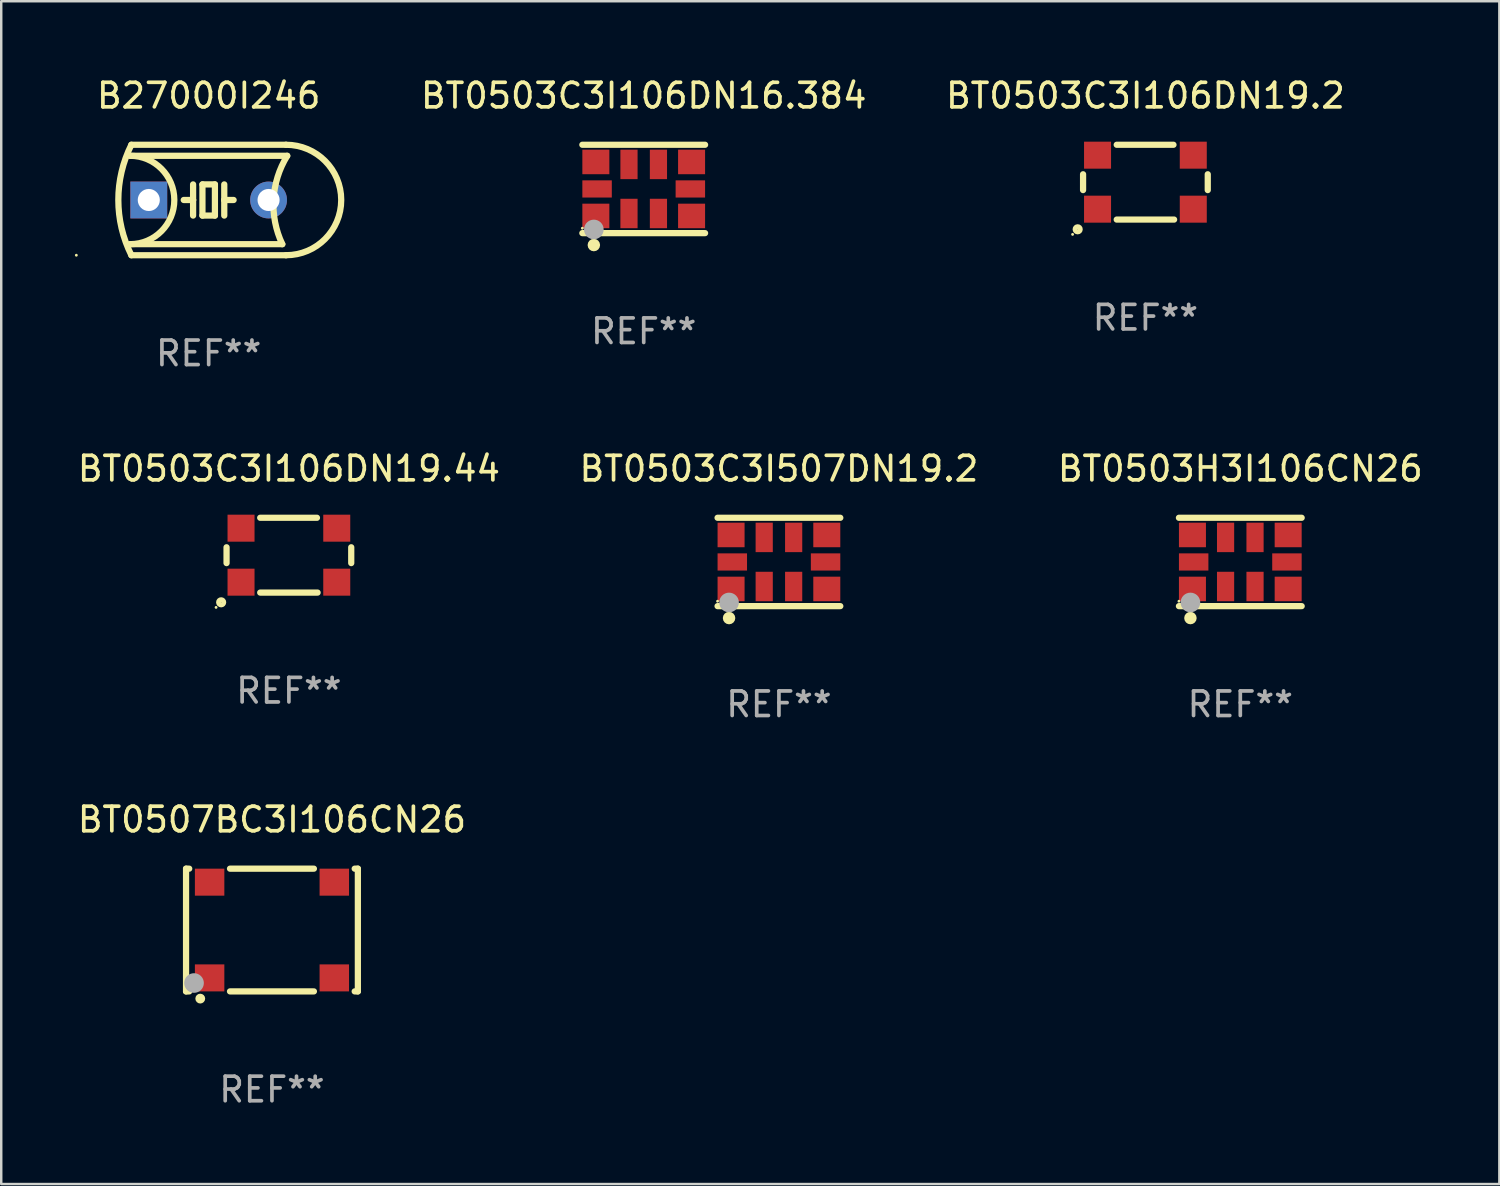
<source format=kicad_pcb>
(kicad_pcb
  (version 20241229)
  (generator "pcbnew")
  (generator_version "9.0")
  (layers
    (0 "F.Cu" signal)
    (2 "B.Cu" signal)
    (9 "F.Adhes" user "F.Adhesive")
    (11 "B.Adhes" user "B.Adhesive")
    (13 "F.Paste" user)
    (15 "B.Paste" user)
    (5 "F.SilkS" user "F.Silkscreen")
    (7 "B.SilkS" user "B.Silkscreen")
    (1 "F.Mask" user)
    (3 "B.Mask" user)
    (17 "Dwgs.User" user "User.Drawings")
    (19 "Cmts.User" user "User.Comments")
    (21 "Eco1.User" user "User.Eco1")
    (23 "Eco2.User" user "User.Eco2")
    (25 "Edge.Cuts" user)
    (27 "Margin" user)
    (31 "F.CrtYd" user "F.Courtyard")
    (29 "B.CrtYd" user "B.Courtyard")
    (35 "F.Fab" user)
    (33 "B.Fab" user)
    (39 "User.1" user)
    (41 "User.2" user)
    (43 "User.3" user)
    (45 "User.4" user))
  (footprint "BT0507BC3I106CN26"
    (layer "F.Cu")
    (at 8.03 34.841)
    (property "Reference" "BT0507BC3I106CN26" (at 0 -4.5 0) (layer "F.SilkS") (effects (font (size 1 1) (thickness 0.15))))
    (attr through_hole)
    (fp_line (start -3.5 -2.5) (end -3.5 2.5) (stroke (width 0.254) (type solid)) (layer "F.SilkS"))
    (fp_line (start -3.5 -2.5) (end -3.371 -2.5) (stroke (width 0.254) (type solid)) (layer "F.SilkS"))
    (fp_line (start -3.5 2.5) (end -3.371 2.5) (stroke (width 0.254) (type solid)) (layer "F.SilkS"))
    (fp_line (start -1.709 -2.5) (end 1.709 -2.5) (stroke (width 0.254) (type solid)) (layer "F.SilkS"))
    (fp_line (start -1.709 2.5) (end 1.709 2.5) (stroke (width 0.254) (type solid)) (layer "F.SilkS"))
    (fp_line (start 3.371 -2.5) (end 3.5 -2.5) (stroke (width 0.254) (type solid)) (layer "F.SilkS"))
    (fp_line (start 3.371 2.5) (end 3.5 2.5) (stroke (width 0.254) (type solid)) (layer "F.SilkS"))
    (fp_line (start 3.5 -2.5) (end 3.5 2.5) (stroke (width 0.254) (type solid)) (layer "F.SilkS"))
    (fp_circle (center -3.5 2.5) (end -3.47 2.5) (stroke (width 0.06) (type solid)) (fill no) (layer "F.SilkS"))
    (fp_circle (center -2.921 2.794) (end -2.821 2.794) (stroke (width 0.2) (type solid)) (fill no) (layer "F.SilkS"))
    (fp_circle (center -3.175 2.159) (end -2.975 2.159) (stroke (width 0.4) (type solid)) (fill no) (layer "F.Fab"))
    (fp_text user "REF**" (at 0 6.5 0) (layer "F.Fab") (effects (font (size 1 1) (thickness 0.15))))
    (pad "1" smd rect (at -2.54 1.95) (size 1.2 1.1) (layers "F.Cu" "F.Mask" "F.Paste"))
    (pad "2" smd rect (at 2.54 1.95) (size 1.2 1.1) (layers "F.Cu" "F.Mask" "F.Paste"))
    (pad "3" smd rect (at 2.54 -1.95) (size 1.2 1.1) (layers "F.Cu" "F.Mask" "F.Paste"))
    (pad "4" smd rect (at -2.54 -1.95) (size 1.2 1.1) (layers "F.Cu" "F.Mask" "F.Paste")))
  (footprint "B27000I246"
    (layer "F.Cu")
    (at 5.452 5.098)
    (property "Reference" "B27000I246" (at 0 -4.25 0) (layer "F.SilkS") (effects (font (size 1 1) (thickness 0.15))))
    (attr through_hole)
    (fp_line (start -3.2 -1.8) (end 3.2 -1.8) (stroke (width 0.254) (type solid)) (layer "F.SilkS"))
    (fp_line (start -3.15 2.25) (end 3.15 2.25) (stroke (width 0.254) (type solid)) (layer "F.SilkS"))
    (fp_line (start -0.635 -0.635) (end -0.635 0) (stroke (width 0.254) (type solid)) (layer "F.SilkS"))
    (fp_line (start -0.635 0) (end -1.016 0) (stroke (width 0.254) (type solid)) (layer "F.SilkS"))
    (fp_line (start -0.635 0) (end -0.635 0.635) (stroke (width 0.254) (type solid)) (layer "F.SilkS"))
    (fp_line (start -0.254 -0.635) (end -0.254 0.635) (stroke (width 0.254) (type solid)) (layer "F.SilkS"))
    (fp_line (start -0.254 0.635) (end 0.254 0.635) (stroke (width 0.254) (type solid)) (layer "F.SilkS"))
    (fp_line (start 0.254 -0.635) (end -0.254 -0.635) (stroke (width 0.254) (type solid)) (layer "F.SilkS"))
    (fp_line (start 0.254 0.635) (end 0.254 -0.635) (stroke (width 0.254) (type solid)) (layer "F.SilkS"))
    (fp_line (start 0.635 -0.635) (end 0.635 0) (stroke (width 0.254) (type solid)) (layer "F.SilkS"))
    (fp_line (start 0.635 0) (end 0.635 0.635) (stroke (width 0.254) (type solid)) (layer "F.SilkS"))
    (fp_line (start 0.635 0) (end 1.016 0) (stroke (width 0.254) (type solid)) (layer "F.SilkS"))
    (fp_line (start 3 1.8) (end -3.2 1.8) (stroke (width 0.254) (type solid)) (layer "F.SilkS"))
    (fp_line (start 3.15 -2.25) (end -3.15 -2.25) (stroke (width 0.254) (type solid)) (layer "F.SilkS"))
    (fp_arc (start -3.200406 -1.800864) (mid -1.399974 -0.000635) (end -3.2 1.8) (stroke (width 0.254001) (type solid)) (layer "F.SilkS"))
    (fp_arc (start -3.149606 2.250444) (mid -3.680941 0.000261) (end -3.149987 -2.250013) (stroke (width 0.254001) (type solid)) (layer "F.SilkS"))
    (fp_arc (start 2.999746 1.800863) (mid 2.642982 -0.024977) (end 3.2 -1.8) (stroke (width 0.254001) (type solid)) (layer "F.SilkS"))
    (fp_arc (start 3.149607 -2.250445) (mid 5.399848 -0.000406) (end 3.149987 2.250013) (stroke (width 0.254001) (type solid)) (layer "F.SilkS"))
    (fp_circle (center -5.392 2.25) (end -5.362 2.25) (stroke (width 0.06) (type solid)) (fill no) (layer "F.SilkS"))
    (fp_text user "REF**" (at 0 6.25 0) (layer "F.Fab") (effects (font (size 1 1) (thickness 0.15))))
    (pad "1" thru_hole rect (at -2.44 0) (size 1.5 1.5) (drill 0.9) (layers "*.Cu" "*.Mask"))
    (pad "2" thru_hole circle (at 2.44 0) (size 1.5 1.5) (drill 0.9) (layers "*.Cu" "*.Mask")))
  (footprint "BT0503C3I106DN19.2"
    (layer "F.Cu")
    (at 43.616 4.372)
    (property "Reference" "BT0503C3I106DN19.2" (at 0 -3.524 0) (layer "F.SilkS") (effects (font (size 1 1) (thickness 0.15))))
    (attr through_hole)
    (fp_line (start -2.54 -0.322) (end -2.54 0.322) (stroke (width 0.254) (type solid)) (layer "F.SilkS"))
    (fp_line (start -1.169 1.524) (end 1.169 1.524) (stroke (width 0.254) (type solid)) (layer "F.SilkS"))
    (fp_line (start 1.143 -1.524) (end -1.169 -1.524) (stroke (width 0.254) (type solid)) (layer "F.SilkS"))
    (fp_line (start 2.54 -0.322) (end 2.54 0.322) (stroke (width 0.254) (type solid)) (layer "F.SilkS"))
    (fp_circle (center -2.967 2.127) (end -2.937 2.127) (stroke (width 0.06) (type solid)) (fill no) (layer "F.SilkS"))
    (fp_circle (center -2.76 1.92) (end -2.653 1.92) (stroke (width 0.2) (type solid)) (fill no) (layer "F.SilkS"))
    (fp_text user "REF**" (at 0 5.524 0) (layer "F.Fab") (effects (font (size 1 1) (thickness 0.15))))
    (pad "1" smd rect (at -1.95 1.1) (size 1.1 1.1) (layers "F.Cu" "F.Mask" "F.Paste"))
    (pad "2" smd rect (at 1.95 1.1) (size 1.1 1.1) (layers "F.Cu" "F.Mask" "F.Paste"))
    (pad "3" smd rect (at 1.95 -1.1) (size 1.1 1.1) (layers "F.Cu" "F.Mask" "F.Paste"))
    (pad "4" smd rect (at -1.95 -1.1) (size 1.1 1.1) (layers "F.Cu" "F.Mask" "F.Paste")))
  (footprint "BT0503C3I106DN19.44"
    (layer "F.Cu")
    (at 8.72 19.569)
    (property "Reference" "BT0503C3I106DN19.44" (at 0 -3.524 0) (layer "F.SilkS") (effects (font (size 1 1) (thickness 0.15))))
    (attr through_hole)
    (fp_line (start -2.54 -0.322) (end -2.54 0.322) (stroke (width 0.254) (type solid)) (layer "F.SilkS"))
    (fp_line (start -1.169 1.524) (end 1.169 1.524) (stroke (width 0.254) (type solid)) (layer "F.SilkS"))
    (fp_line (start 1.143 -1.524) (end -1.169 -1.524) (stroke (width 0.254) (type solid)) (layer "F.SilkS"))
    (fp_line (start 2.54 -0.322) (end 2.54 0.322) (stroke (width 0.254) (type solid)) (layer "F.SilkS"))
    (fp_circle (center -2.967 2.127) (end -2.937 2.127) (stroke (width 0.06) (type solid)) (fill no) (layer "F.SilkS"))
    (fp_circle (center -2.76 1.92) (end -2.653 1.92) (stroke (width 0.2) (type solid)) (fill no) (layer "F.SilkS"))
    (fp_text user "REF**" (at 0 5.524 0) (layer "F.Fab") (effects (font (size 1 1) (thickness 0.15))))
    (pad "1" smd rect (at -1.95 1.1) (size 1.1 1.1) (layers "F.Cu" "F.Mask" "F.Paste"))
    (pad "2" smd rect (at 1.95 1.1) (size 1.1 1.1) (layers "F.Cu" "F.Mask" "F.Paste"))
    (pad "3" smd rect (at 1.95 -1.1) (size 1.1 1.1) (layers "F.Cu" "F.Mask" "F.Paste"))
    (pad "4" smd rect (at -1.95 -1.1) (size 1.1 1.1) (layers "F.Cu" "F.Mask" "F.Paste")))
  (footprint "BT0503H3I106CN26"
    (layer "F.Cu")
    (at 47.482 19.845)
    (property "Reference" "BT0503H3I106CN26" (at 0 -3.8 0) (layer "F.SilkS") (effects (font (size 1 1) (thickness 0.15))))
    (attr through_hole)
    (fp_line (start -2.5 -1.8) (end 2.5 -1.8) (stroke (width 0.254) (type solid)) (layer "F.SilkS"))
    (fp_line (start -2.5 1.8) (end 2.5 1.8) (stroke (width 0.254) (type solid)) (layer "F.SilkS"))
    (fp_circle (center -2.5 1.6) (end -2.47 1.6) (stroke (width 0.06) (type solid)) (fill no) (layer "F.SilkS"))
    (fp_circle (center -2.032 2.286) (end -1.905 2.286) (stroke (width 0.254) (type solid)) (fill no) (layer "F.SilkS"))
    (fp_circle (center -2.032 1.651) (end -1.832 1.651) (stroke (width 0.4) (type solid)) (fill no) (layer "F.Fab"))
    (fp_text user "REF**" (at 0 5.8 0) (layer "F.Fab") (effects (font (size 1 1) (thickness 0.15))))
    (pad "1" smd rect (at -1.95 1.1 90) (size 1 1.1) (layers "F.Cu" "F.Mask" "F.Paste"))
    (pad "2" smd rect (at 1.95 1.1 90) (size 1 1.1) (layers "F.Cu" "F.Mask" "F.Paste"))
    (pad "3" smd rect (at 1.95 -1.1 270) (size 1 1.1) (layers "F.Cu" "F.Mask" "F.Paste"))
    (pad "4" smd rect (at -1.95 -1.1 90) (size 1 1.1) (layers "F.Cu" "F.Mask" "F.Paste"))
    (pad "5" smd rect (at -0.6 1 270) (size 1.2 0.7) (layers "F.Cu" "F.Mask" "F.Paste"))
    (pad "6" smd rect (at 0.6 1 270) (size 1.2 0.7) (layers "F.Cu" "F.Mask" "F.Paste"))
    (pad "7" smd rect (at 0.6 -1 270) (size 1.2 0.7) (layers "F.Cu" "F.Mask" "F.Paste"))
    (pad "8" smd rect (at -0.6 -1 270) (size 1.2 0.7) (layers "F.Cu" "F.Mask" "F.Paste"))
    (pad "9" smd rect (at -1.9 0) (size 1.2 0.7) (layers "F.Cu" "F.Mask" "F.Paste"))
    (pad "10" smd rect (at 1.9 0) (size 1.2 0.7) (layers "F.Cu" "F.Mask" "F.Paste")))
  (footprint "BT0503C3I106DN16.384"
    (layer "F.Cu")
    (at 23.176 4.648)
    (property "Reference" "BT0503C3I106DN16.384" (at 0 -3.8 0) (layer "F.SilkS") (effects (font (size 1 1) (thickness 0.15))))
    (attr through_hole)
    (fp_line (start -2.5 -1.8) (end 2.5 -1.8) (stroke (width 0.254) (type solid)) (layer "F.SilkS"))
    (fp_line (start -2.5 1.8) (end 2.5 1.8) (stroke (width 0.254) (type solid)) (layer "F.SilkS"))
    (fp_circle (center -2.5 1.6) (end -2.47 1.6) (stroke (width 0.06) (type solid)) (fill no) (layer "F.SilkS"))
    (fp_circle (center -2.032 2.286) (end -1.905 2.286) (stroke (width 0.254) (type solid)) (fill no) (layer "F.SilkS"))
    (fp_circle (center -2.032 1.651) (end -1.832 1.651) (stroke (width 0.4) (type solid)) (fill no) (layer "F.Fab"))
    (fp_text user "REF**" (at 0 5.8 0) (layer "F.Fab") (effects (font (size 1 1) (thickness 0.15))))
    (pad "1" smd rect (at -1.95 1.1 90) (size 1 1.1) (layers "F.Cu" "F.Mask" "F.Paste"))
    (pad "2" smd rect (at 1.95 1.1 90) (size 1 1.1) (layers "F.Cu" "F.Mask" "F.Paste"))
    (pad "3" smd rect (at 1.95 -1.1 270) (size 1 1.1) (layers "F.Cu" "F.Mask" "F.Paste"))
    (pad "4" smd rect (at -1.95 -1.1 90) (size 1 1.1) (layers "F.Cu" "F.Mask" "F.Paste"))
    (pad "5" smd rect (at -0.6 1 270) (size 1.2 0.7) (layers "F.Cu" "F.Mask" "F.Paste"))
    (pad "6" smd rect (at 0.6 1 270) (size 1.2 0.7) (layers "F.Cu" "F.Mask" "F.Paste"))
    (pad "7" smd rect (at 0.6 -1 270) (size 1.2 0.7) (layers "F.Cu" "F.Mask" "F.Paste"))
    (pad "8" smd rect (at -0.6 -1 270) (size 1.2 0.7) (layers "F.Cu" "F.Mask" "F.Paste"))
    (pad "9" smd rect (at -1.9 0) (size 1.2 0.7) (layers "F.Cu" "F.Mask" "F.Paste"))
    (pad "10" smd rect (at 1.9 0) (size 1.2 0.7) (layers "F.Cu" "F.Mask" "F.Paste")))
  (footprint "BT0503C3I507DN19.2"
    (layer "F.Cu")
    (at 28.685 19.845)
    (property "Reference" "BT0503C3I507DN19.2" (at 0 -3.8 0) (layer "F.SilkS") (effects (font (size 1 1) (thickness 0.15))))
    (attr through_hole)
    (fp_line (start -2.5 -1.8) (end 2.5 -1.8) (stroke (width 0.254) (type solid)) (layer "F.SilkS"))
    (fp_line (start -2.5 1.8) (end 2.5 1.8) (stroke (width 0.254) (type solid)) (layer "F.SilkS"))
    (fp_circle (center -2.5 1.6) (end -2.47 1.6) (stroke (width 0.06) (type solid)) (fill no) (layer "F.SilkS"))
    (fp_circle (center -2.032 2.286) (end -1.905 2.286) (stroke (width 0.254) (type solid)) (fill no) (layer "F.SilkS"))
    (fp_circle (center -2.032 1.651) (end -1.832 1.651) (stroke (width 0.4) (type solid)) (fill no) (layer "F.Fab"))
    (fp_text user "REF**" (at 0 5.8 0) (layer "F.Fab") (effects (font (size 1 1) (thickness 0.15))))
    (pad "1" smd rect (at -1.95 1.1 90) (size 1 1.1) (layers "F.Cu" "F.Mask" "F.Paste"))
    (pad "2" smd rect (at 1.95 1.1 90) (size 1 1.1) (layers "F.Cu" "F.Mask" "F.Paste"))
    (pad "3" smd rect (at 1.95 -1.1 270) (size 1 1.1) (layers "F.Cu" "F.Mask" "F.Paste"))
    (pad "4" smd rect (at -1.95 -1.1 90) (size 1 1.1) (layers "F.Cu" "F.Mask" "F.Paste"))
    (pad "5" smd rect (at -0.6 1 270) (size 1.2 0.7) (layers "F.Cu" "F.Mask" "F.Paste"))
    (pad "6" smd rect (at 0.6 1 270) (size 1.2 0.7) (layers "F.Cu" "F.Mask" "F.Paste"))
    (pad "7" smd rect (at 0.6 -1 270) (size 1.2 0.7) (layers "F.Cu" "F.Mask" "F.Paste"))
    (pad "8" smd rect (at -0.6 -1 270) (size 1.2 0.7) (layers "F.Cu" "F.Mask" "F.Paste"))
    (pad "9" smd rect (at -1.9 0) (size 1.2 0.7) (layers "F.Cu" "F.Mask" "F.Paste"))
    (pad "10" smd rect (at 1.9 0) (size 1.2 0.7) (layers "F.Cu" "F.Mask" "F.Paste")))
  (gr_rect
    (start -3 -3)
    (end 58.036 45.19)
    (stroke (width 0.1) (type default))
    (fill no)
    (layer "Edge.Cuts")))
</source>
